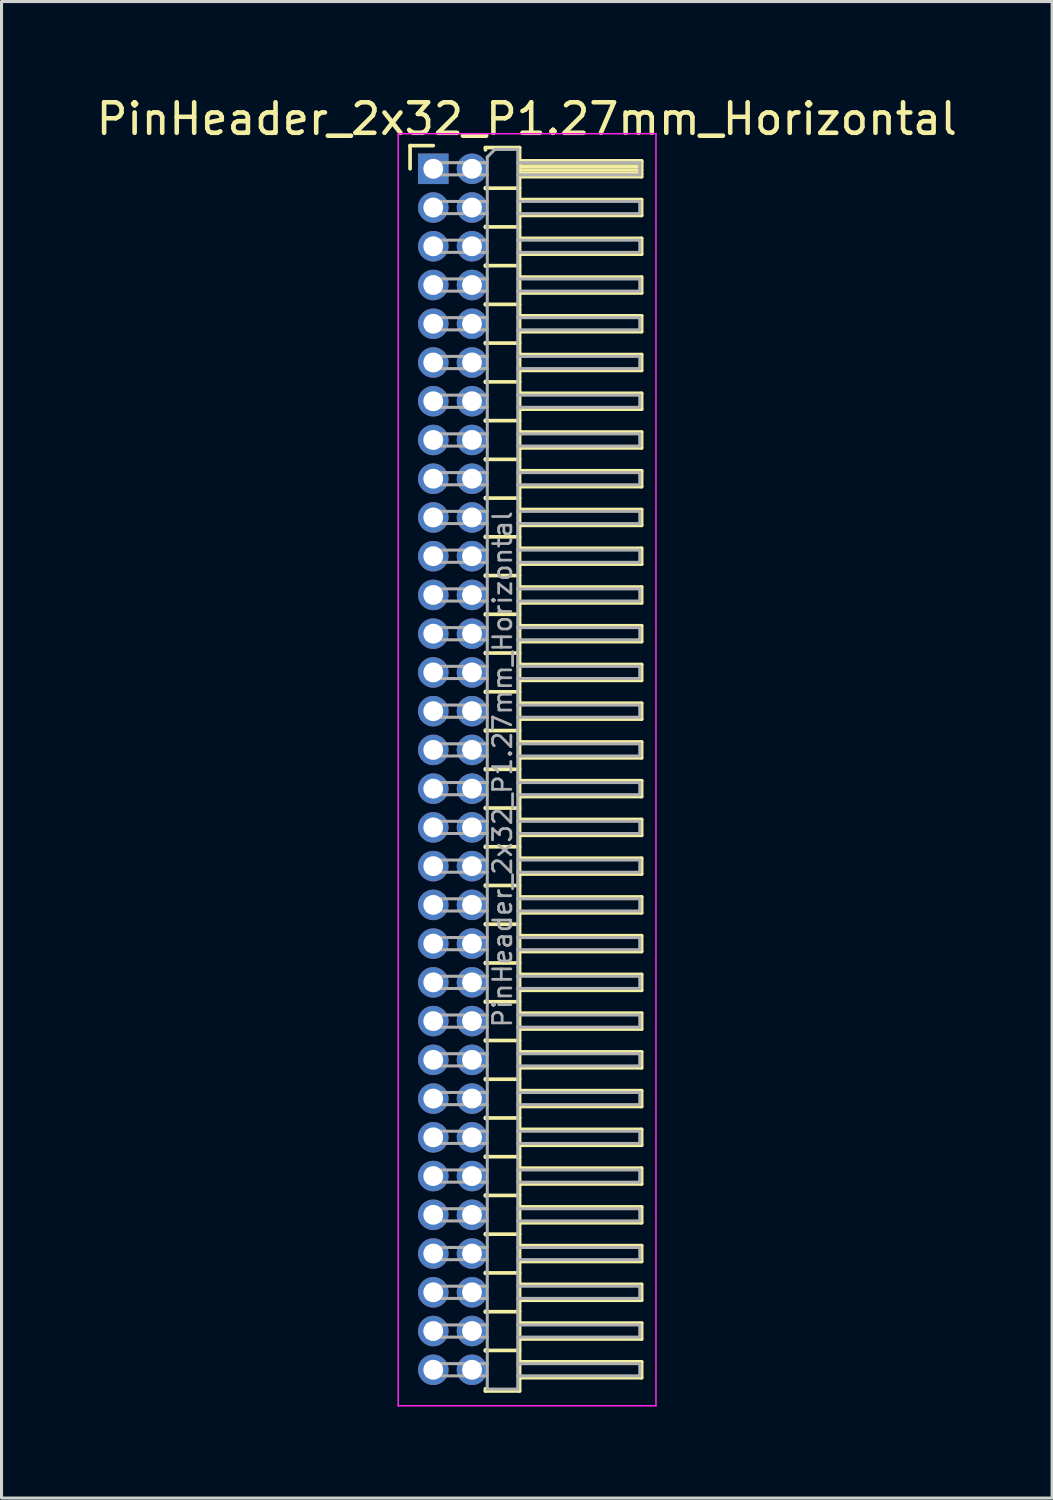
<source format=kicad_pcb>
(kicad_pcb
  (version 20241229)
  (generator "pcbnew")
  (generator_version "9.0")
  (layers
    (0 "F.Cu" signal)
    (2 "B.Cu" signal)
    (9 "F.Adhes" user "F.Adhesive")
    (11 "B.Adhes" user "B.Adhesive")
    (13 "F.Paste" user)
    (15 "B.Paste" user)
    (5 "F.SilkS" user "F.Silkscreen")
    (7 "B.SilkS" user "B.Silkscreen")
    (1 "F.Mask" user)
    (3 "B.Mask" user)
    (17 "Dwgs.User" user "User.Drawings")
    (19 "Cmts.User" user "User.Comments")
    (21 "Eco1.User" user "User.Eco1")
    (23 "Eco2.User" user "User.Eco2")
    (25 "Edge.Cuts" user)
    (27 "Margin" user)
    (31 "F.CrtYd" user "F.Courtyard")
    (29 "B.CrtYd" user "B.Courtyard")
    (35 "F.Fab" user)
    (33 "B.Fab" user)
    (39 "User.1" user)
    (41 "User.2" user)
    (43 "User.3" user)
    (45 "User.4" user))
  (footprint "PinHeader_2x32_P1.27mm_Horizontal"
    (layer "F.Cu")
    (at 11.153 2.483)
    (property "Reference" "PinHeader_2x32_P1.27mm_Horizontal" (at 3.067 -1.635 0) (layer "F.SilkS") (effects (font (size 1 1) (thickness 0.15))))
    (attr through_hole)
    (fp_line (start -0.76 -0.76) (end 0 -0.76) (stroke (width 0.12) (type solid)) (layer "F.SilkS"))
    (fp_line (start -0.76 0) (end -0.76 -0.76) (stroke (width 0.12) (type solid)) (layer "F.SilkS"))
    (fp_line (start 1.71 -0.695) (end 2.83 -0.695) (stroke (width 0.12) (type solid)) (layer "F.SilkS"))
    (fp_line (start 1.71 -0.62) (end 1.71 -0.695) (stroke (width 0.12) (type solid)) (layer "F.SilkS"))
    (fp_line (start 1.71 0.62) (end 1.71 0.65) (stroke (width 0.12) (type solid)) (layer "F.SilkS"))
    (fp_line (start 1.71 0.635) (end 2.83 0.635) (stroke (width 0.12) (type solid)) (layer "F.SilkS"))
    (fp_line (start 1.71 1.89) (end 1.71 1.92) (stroke (width 0.12) (type solid)) (layer "F.SilkS"))
    (fp_line (start 1.71 1.905) (end 2.83 1.905) (stroke (width 0.12) (type solid)) (layer "F.SilkS"))
    (fp_line (start 1.71 3.16) (end 1.71 3.19) (stroke (width 0.12) (type solid)) (layer "F.SilkS"))
    (fp_line (start 1.71 3.175) (end 2.83 3.175) (stroke (width 0.12) (type solid)) (layer "F.SilkS"))
    (fp_line (start 1.71 4.43) (end 1.71 4.46) (stroke (width 0.12) (type solid)) (layer "F.SilkS"))
    (fp_line (start 1.71 4.445) (end 2.83 4.445) (stroke (width 0.12) (type solid)) (layer "F.SilkS"))
    (fp_line (start 1.71 5.7) (end 1.71 5.73) (stroke (width 0.12) (type solid)) (layer "F.SilkS"))
    (fp_line (start 1.71 5.715) (end 2.83 5.715) (stroke (width 0.12) (type solid)) (layer "F.SilkS"))
    (fp_line (start 1.71 6.97) (end 1.71 7) (stroke (width 0.12) (type solid)) (layer "F.SilkS"))
    (fp_line (start 1.71 6.985) (end 2.83 6.985) (stroke (width 0.12) (type solid)) (layer "F.SilkS"))
    (fp_line (start 1.71 8.24) (end 1.71 8.27) (stroke (width 0.12) (type solid)) (layer "F.SilkS"))
    (fp_line (start 1.71 8.255) (end 2.83 8.255) (stroke (width 0.12) (type solid)) (layer "F.SilkS"))
    (fp_line (start 1.71 9.51) (end 1.71 9.54) (stroke (width 0.12) (type solid)) (layer "F.SilkS"))
    (fp_line (start 1.71 9.525) (end 2.83 9.525) (stroke (width 0.12) (type solid)) (layer "F.SilkS"))
    (fp_line (start 1.71 10.78) (end 1.71 10.81) (stroke (width 0.12) (type solid)) (layer "F.SilkS"))
    (fp_line (start 1.71 10.795) (end 2.83 10.795) (stroke (width 0.12) (type solid)) (layer "F.SilkS"))
    (fp_line (start 1.71 12.05) (end 1.71 12.08) (stroke (width 0.12) (type solid)) (layer "F.SilkS"))
    (fp_line (start 1.71 12.065) (end 2.83 12.065) (stroke (width 0.12) (type solid)) (layer "F.SilkS"))
    (fp_line (start 1.71 13.32) (end 1.71 13.35) (stroke (width 0.12) (type solid)) (layer "F.SilkS"))
    (fp_line (start 1.71 13.335) (end 2.83 13.335) (stroke (width 0.12) (type solid)) (layer "F.SilkS"))
    (fp_line (start 1.71 14.59) (end 1.71 14.62) (stroke (width 0.12) (type solid)) (layer "F.SilkS"))
    (fp_line (start 1.71 14.605) (end 2.83 14.605) (stroke (width 0.12) (type solid)) (layer "F.SilkS"))
    (fp_line (start 1.71 15.86) (end 1.71 15.89) (stroke (width 0.12) (type solid)) (layer "F.SilkS"))
    (fp_line (start 1.71 15.875) (end 2.83 15.875) (stroke (width 0.12) (type solid)) (layer "F.SilkS"))
    (fp_line (start 1.71 17.13) (end 1.71 17.16) (stroke (width 0.12) (type solid)) (layer "F.SilkS"))
    (fp_line (start 1.71 17.145) (end 2.83 17.145) (stroke (width 0.12) (type solid)) (layer "F.SilkS"))
    (fp_line (start 1.71 18.4) (end 1.71 18.43) (stroke (width 0.12) (type solid)) (layer "F.SilkS"))
    (fp_line (start 1.71 18.415) (end 2.83 18.415) (stroke (width 0.12) (type solid)) (layer "F.SilkS"))
    (fp_line (start 1.71 19.67) (end 1.71 19.7) (stroke (width 0.12) (type solid)) (layer "F.SilkS"))
    (fp_line (start 1.71 19.685) (end 2.83 19.685) (stroke (width 0.12) (type solid)) (layer "F.SilkS"))
    (fp_line (start 1.71 20.94) (end 1.71 20.97) (stroke (width 0.12) (type solid)) (layer "F.SilkS"))
    (fp_line (start 1.71 20.955) (end 2.83 20.955) (stroke (width 0.12) (type solid)) (layer "F.SilkS"))
    (fp_line (start 1.71 22.21) (end 1.71 22.24) (stroke (width 0.12) (type solid)) (layer "F.SilkS"))
    (fp_line (start 1.71 22.225) (end 2.83 22.225) (stroke (width 0.12) (type solid)) (layer "F.SilkS"))
    (fp_line (start 1.71 23.48) (end 1.71 23.51) (stroke (width 0.12) (type solid)) (layer "F.SilkS"))
    (fp_line (start 1.71 23.495) (end 2.83 23.495) (stroke (width 0.12) (type solid)) (layer "F.SilkS"))
    (fp_line (start 1.71 24.75) (end 1.71 24.78) (stroke (width 0.12) (type solid)) (layer "F.SilkS"))
    (fp_line (start 1.71 24.765) (end 2.83 24.765) (stroke (width 0.12) (type solid)) (layer "F.SilkS"))
    (fp_line (start 1.71 26.02) (end 1.71 26.05) (stroke (width 0.12) (type solid)) (layer "F.SilkS"))
    (fp_line (start 1.71 26.035) (end 2.83 26.035) (stroke (width 0.12) (type solid)) (layer "F.SilkS"))
    (fp_line (start 1.71 27.29) (end 1.71 27.32) (stroke (width 0.12) (type solid)) (layer "F.SilkS"))
    (fp_line (start 1.71 27.305) (end 2.83 27.305) (stroke (width 0.12) (type solid)) (layer "F.SilkS"))
    (fp_line (start 1.71 28.56) (end 1.71 28.59) (stroke (width 0.12) (type solid)) (layer "F.SilkS"))
    (fp_line (start 1.71 28.575) (end 2.83 28.575) (stroke (width 0.12) (type solid)) (layer "F.SilkS"))
    (fp_line (start 1.71 29.83) (end 1.71 29.86) (stroke (width 0.12) (type solid)) (layer "F.SilkS"))
    (fp_line (start 1.71 29.845) (end 2.83 29.845) (stroke (width 0.12) (type solid)) (layer "F.SilkS"))
    (fp_line (start 1.71 31.1) (end 1.71 31.13) (stroke (width 0.12) (type solid)) (layer "F.SilkS"))
    (fp_line (start 1.71 31.115) (end 2.83 31.115) (stroke (width 0.12) (type solid)) (layer "F.SilkS"))
    (fp_line (start 1.71 32.37) (end 1.71 32.4) (stroke (width 0.12) (type solid)) (layer "F.SilkS"))
    (fp_line (start 1.71 32.385) (end 2.83 32.385) (stroke (width 0.12) (type solid)) (layer "F.SilkS"))
    (fp_line (start 1.71 33.64) (end 1.71 33.67) (stroke (width 0.12) (type solid)) (layer "F.SilkS"))
    (fp_line (start 1.71 33.655) (end 2.83 33.655) (stroke (width 0.12) (type solid)) (layer "F.SilkS"))
    (fp_line (start 1.71 34.91) (end 1.71 34.94) (stroke (width 0.12) (type solid)) (layer "F.SilkS"))
    (fp_line (start 1.71 34.925) (end 2.83 34.925) (stroke (width 0.12) (type solid)) (layer "F.SilkS"))
    (fp_line (start 1.71 36.18) (end 1.71 36.21) (stroke (width 0.12) (type solid)) (layer "F.SilkS"))
    (fp_line (start 1.71 36.195) (end 2.83 36.195) (stroke (width 0.12) (type solid)) (layer "F.SilkS"))
    (fp_line (start 1.71 37.45) (end 1.71 37.48) (stroke (width 0.12) (type solid)) (layer "F.SilkS"))
    (fp_line (start 1.71 37.465) (end 2.83 37.465) (stroke (width 0.12) (type solid)) (layer "F.SilkS"))
    (fp_line (start 1.71 38.72) (end 1.71 38.75) (stroke (width 0.12) (type solid)) (layer "F.SilkS"))
    (fp_line (start 1.71 38.735) (end 2.83 38.735) (stroke (width 0.12) (type solid)) (layer "F.SilkS"))
    (fp_line (start 1.71 40.065) (end 1.71 39.99) (stroke (width 0.12) (type solid)) (layer "F.SilkS"))
    (fp_line (start 2.83 -0.695) (end 2.83 40.065) (stroke (width 0.12) (type solid)) (layer "F.SilkS"))
    (fp_line (start 2.83 -0.26) (end 6.83 -0.26) (stroke (width 0.12) (type solid)) (layer "F.SilkS"))
    (fp_line (start 2.83 -0.2) (end 6.83 -0.2) (stroke (width 0.12) (type solid)) (layer "F.SilkS"))
    (fp_line (start 2.83 -0.08) (end 6.83 -0.08) (stroke (width 0.12) (type solid)) (layer "F.SilkS"))
    (fp_line (start 2.83 0.04) (end 6.83 0.04) (stroke (width 0.12) (type solid)) (layer "F.SilkS"))
    (fp_line (start 2.83 0.16) (end 6.83 0.16) (stroke (width 0.12) (type solid)) (layer "F.SilkS"))
    (fp_line (start 2.83 1.01) (end 6.83 1.01) (stroke (width 0.12) (type solid)) (layer "F.SilkS"))
    (fp_line (start 2.83 2.28) (end 6.83 2.28) (stroke (width 0.12) (type solid)) (layer "F.SilkS"))
    (fp_line (start 2.83 3.55) (end 6.83 3.55) (stroke (width 0.12) (type solid)) (layer "F.SilkS"))
    (fp_line (start 2.83 4.82) (end 6.83 4.82) (stroke (width 0.12) (type solid)) (layer "F.SilkS"))
    (fp_line (start 2.83 6.09) (end 6.83 6.09) (stroke (width 0.12) (type solid)) (layer "F.SilkS"))
    (fp_line (start 2.83 7.36) (end 6.83 7.36) (stroke (width 0.12) (type solid)) (layer "F.SilkS"))
    (fp_line (start 2.83 8.63) (end 6.83 8.63) (stroke (width 0.12) (type solid)) (layer "F.SilkS"))
    (fp_line (start 2.83 9.9) (end 6.83 9.9) (stroke (width 0.12) (type solid)) (layer "F.SilkS"))
    (fp_line (start 2.83 11.17) (end 6.83 11.17) (stroke (width 0.12) (type solid)) (layer "F.SilkS"))
    (fp_line (start 2.83 12.44) (end 6.83 12.44) (stroke (width 0.12) (type solid)) (layer "F.SilkS"))
    (fp_line (start 2.83 13.71) (end 6.83 13.71) (stroke (width 0.12) (type solid)) (layer "F.SilkS"))
    (fp_line (start 2.83 14.98) (end 6.83 14.98) (stroke (width 0.12) (type solid)) (layer "F.SilkS"))
    (fp_line (start 2.83 16.25) (end 6.83 16.25) (stroke (width 0.12) (type solid)) (layer "F.SilkS"))
    (fp_line (start 2.83 17.52) (end 6.83 17.52) (stroke (width 0.12) (type solid)) (layer "F.SilkS"))
    (fp_line (start 2.83 18.79) (end 6.83 18.79) (stroke (width 0.12) (type solid)) (layer "F.SilkS"))
    (fp_line (start 2.83 20.06) (end 6.83 20.06) (stroke (width 0.12) (type solid)) (layer "F.SilkS"))
    (fp_line (start 2.83 21.33) (end 6.83 21.33) (stroke (width 0.12) (type solid)) (layer "F.SilkS"))
    (fp_line (start 2.83 22.6) (end 6.83 22.6) (stroke (width 0.12) (type solid)) (layer "F.SilkS"))
    (fp_line (start 2.83 23.87) (end 6.83 23.87) (stroke (width 0.12) (type solid)) (layer "F.SilkS"))
    (fp_line (start 2.83 25.14) (end 6.83 25.14) (stroke (width 0.12) (type solid)) (layer "F.SilkS"))
    (fp_line (start 2.83 26.41) (end 6.83 26.41) (stroke (width 0.12) (type solid)) (layer "F.SilkS"))
    (fp_line (start 2.83 27.68) (end 6.83 27.68) (stroke (width 0.12) (type solid)) (layer "F.SilkS"))
    (fp_line (start 2.83 28.95) (end 6.83 28.95) (stroke (width 0.12) (type solid)) (layer "F.SilkS"))
    (fp_line (start 2.83 30.22) (end 6.83 30.22) (stroke (width 0.12) (type solid)) (layer "F.SilkS"))
    (fp_line (start 2.83 31.49) (end 6.83 31.49) (stroke (width 0.12) (type solid)) (layer "F.SilkS"))
    (fp_line (start 2.83 32.76) (end 6.83 32.76) (stroke (width 0.12) (type solid)) (layer "F.SilkS"))
    (fp_line (start 2.83 34.03) (end 6.83 34.03) (stroke (width 0.12) (type solid)) (layer "F.SilkS"))
    (fp_line (start 2.83 35.3) (end 6.83 35.3) (stroke (width 0.12) (type solid)) (layer "F.SilkS"))
    (fp_line (start 2.83 36.57) (end 6.83 36.57) (stroke (width 0.12) (type solid)) (layer "F.SilkS"))
    (fp_line (start 2.83 37.84) (end 6.83 37.84) (stroke (width 0.12) (type solid)) (layer "F.SilkS"))
    (fp_line (start 2.83 39.11) (end 6.83 39.11) (stroke (width 0.12) (type solid)) (layer "F.SilkS"))
    (fp_line (start 2.83 40.065) (end 1.71 40.065) (stroke (width 0.12) (type solid)) (layer "F.SilkS"))
    (fp_line (start 6.83 -0.26) (end 6.83 0.26) (stroke (width 0.12) (type solid)) (layer "F.SilkS"))
    (fp_line (start 6.83 0.26) (end 2.83 0.26) (stroke (width 0.12) (type solid)) (layer "F.SilkS"))
    (fp_line (start 6.83 1.01) (end 6.83 1.53) (stroke (width 0.12) (type solid)) (layer "F.SilkS"))
    (fp_line (start 6.83 1.53) (end 2.83 1.53) (stroke (width 0.12) (type solid)) (layer "F.SilkS"))
    (fp_line (start 6.83 2.28) (end 6.83 2.8) (stroke (width 0.12) (type solid)) (layer "F.SilkS"))
    (fp_line (start 6.83 2.8) (end 2.83 2.8) (stroke (width 0.12) (type solid)) (layer "F.SilkS"))
    (fp_line (start 6.83 3.55) (end 6.83 4.07) (stroke (width 0.12) (type solid)) (layer "F.SilkS"))
    (fp_line (start 6.83 4.07) (end 2.83 4.07) (stroke (width 0.12) (type solid)) (layer "F.SilkS"))
    (fp_line (start 6.83 4.82) (end 6.83 5.34) (stroke (width 0.12) (type solid)) (layer "F.SilkS"))
    (fp_line (start 6.83 5.34) (end 2.83 5.34) (stroke (width 0.12) (type solid)) (layer "F.SilkS"))
    (fp_line (start 6.83 6.09) (end 6.83 6.61) (stroke (width 0.12) (type solid)) (layer "F.SilkS"))
    (fp_line (start 6.83 6.61) (end 2.83 6.61) (stroke (width 0.12) (type solid)) (layer "F.SilkS"))
    (fp_line (start 6.83 7.36) (end 6.83 7.88) (stroke (width 0.12) (type solid)) (layer "F.SilkS"))
    (fp_line (start 6.83 7.88) (end 2.83 7.88) (stroke (width 0.12) (type solid)) (layer "F.SilkS"))
    (fp_line (start 6.83 8.63) (end 6.83 9.15) (stroke (width 0.12) (type solid)) (layer "F.SilkS"))
    (fp_line (start 6.83 9.15) (end 2.83 9.15) (stroke (width 0.12) (type solid)) (layer "F.SilkS"))
    (fp_line (start 6.83 9.9) (end 6.83 10.42) (stroke (width 0.12) (type solid)) (layer "F.SilkS"))
    (fp_line (start 6.83 10.42) (end 2.83 10.42) (stroke (width 0.12) (type solid)) (layer "F.SilkS"))
    (fp_line (start 6.83 11.17) (end 6.83 11.69) (stroke (width 0.12) (type solid)) (layer "F.SilkS"))
    (fp_line (start 6.83 11.69) (end 2.83 11.69) (stroke (width 0.12) (type solid)) (layer "F.SilkS"))
    (fp_line (start 6.83 12.44) (end 6.83 12.96) (stroke (width 0.12) (type solid)) (layer "F.SilkS"))
    (fp_line (start 6.83 12.96) (end 2.83 12.96) (stroke (width 0.12) (type solid)) (layer "F.SilkS"))
    (fp_line (start 6.83 13.71) (end 6.83 14.23) (stroke (width 0.12) (type solid)) (layer "F.SilkS"))
    (fp_line (start 6.83 14.23) (end 2.83 14.23) (stroke (width 0.12) (type solid)) (layer "F.SilkS"))
    (fp_line (start 6.83 14.98) (end 6.83 15.5) (stroke (width 0.12) (type solid)) (layer "F.SilkS"))
    (fp_line (start 6.83 15.5) (end 2.83 15.5) (stroke (width 0.12) (type solid)) (layer "F.SilkS"))
    (fp_line (start 6.83 16.25) (end 6.83 16.77) (stroke (width 0.12) (type solid)) (layer "F.SilkS"))
    (fp_line (start 6.83 16.77) (end 2.83 16.77) (stroke (width 0.12) (type solid)) (layer "F.SilkS"))
    (fp_line (start 6.83 17.52) (end 6.83 18.04) (stroke (width 0.12) (type solid)) (layer "F.SilkS"))
    (fp_line (start 6.83 18.04) (end 2.83 18.04) (stroke (width 0.12) (type solid)) (layer "F.SilkS"))
    (fp_line (start 6.83 18.79) (end 6.83 19.31) (stroke (width 0.12) (type solid)) (layer "F.SilkS"))
    (fp_line (start 6.83 19.31) (end 2.83 19.31) (stroke (width 0.12) (type solid)) (layer "F.SilkS"))
    (fp_line (start 6.83 20.06) (end 6.83 20.58) (stroke (width 0.12) (type solid)) (layer "F.SilkS"))
    (fp_line (start 6.83 20.58) (end 2.83 20.58) (stroke (width 0.12) (type solid)) (layer "F.SilkS"))
    (fp_line (start 6.83 21.33) (end 6.83 21.85) (stroke (width 0.12) (type solid)) (layer "F.SilkS"))
    (fp_line (start 6.83 21.85) (end 2.83 21.85) (stroke (width 0.12) (type solid)) (layer "F.SilkS"))
    (fp_line (start 6.83 22.6) (end 6.83 23.12) (stroke (width 0.12) (type solid)) (layer "F.SilkS"))
    (fp_line (start 6.83 23.12) (end 2.83 23.12) (stroke (width 0.12) (type solid)) (layer "F.SilkS"))
    (fp_line (start 6.83 23.87) (end 6.83 24.39) (stroke (width 0.12) (type solid)) (layer "F.SilkS"))
    (fp_line (start 6.83 24.39) (end 2.83 24.39) (stroke (width 0.12) (type solid)) (layer "F.SilkS"))
    (fp_line (start 6.83 25.14) (end 6.83 25.66) (stroke (width 0.12) (type solid)) (layer "F.SilkS"))
    (fp_line (start 6.83 25.66) (end 2.83 25.66) (stroke (width 0.12) (type solid)) (layer "F.SilkS"))
    (fp_line (start 6.83 26.41) (end 6.83 26.93) (stroke (width 0.12) (type solid)) (layer "F.SilkS"))
    (fp_line (start 6.83 26.93) (end 2.83 26.93) (stroke (width 0.12) (type solid)) (layer "F.SilkS"))
    (fp_line (start 6.83 27.68) (end 6.83 28.2) (stroke (width 0.12) (type solid)) (layer "F.SilkS"))
    (fp_line (start 6.83 28.2) (end 2.83 28.2) (stroke (width 0.12) (type solid)) (layer "F.SilkS"))
    (fp_line (start 6.83 28.95) (end 6.83 29.47) (stroke (width 0.12) (type solid)) (layer "F.SilkS"))
    (fp_line (start 6.83 29.47) (end 2.83 29.47) (stroke (width 0.12) (type solid)) (layer "F.SilkS"))
    (fp_line (start 6.83 30.22) (end 6.83 30.74) (stroke (width 0.12) (type solid)) (layer "F.SilkS"))
    (fp_line (start 6.83 30.74) (end 2.83 30.74) (stroke (width 0.12) (type solid)) (layer "F.SilkS"))
    (fp_line (start 6.83 31.49) (end 6.83 32.01) (stroke (width 0.12) (type solid)) (layer "F.SilkS"))
    (fp_line (start 6.83 32.01) (end 2.83 32.01) (stroke (width 0.12) (type solid)) (layer "F.SilkS"))
    (fp_line (start 6.83 32.76) (end 6.83 33.28) (stroke (width 0.12) (type solid)) (layer "F.SilkS"))
    (fp_line (start 6.83 33.28) (end 2.83 33.28) (stroke (width 0.12) (type solid)) (layer "F.SilkS"))
    (fp_line (start 6.83 34.03) (end 6.83 34.55) (stroke (width 0.12) (type solid)) (layer "F.SilkS"))
    (fp_line (start 6.83 34.55) (end 2.83 34.55) (stroke (width 0.12) (type solid)) (layer "F.SilkS"))
    (fp_line (start 6.83 35.3) (end 6.83 35.82) (stroke (width 0.12) (type solid)) (layer "F.SilkS"))
    (fp_line (start 6.83 35.82) (end 2.83 35.82) (stroke (width 0.12) (type solid)) (layer "F.SilkS"))
    (fp_line (start 6.83 36.57) (end 6.83 37.09) (stroke (width 0.12) (type solid)) (layer "F.SilkS"))
    (fp_line (start 6.83 37.09) (end 2.83 37.09) (stroke (width 0.12) (type solid)) (layer "F.SilkS"))
    (fp_line (start 6.83 37.84) (end 6.83 38.36) (stroke (width 0.12) (type solid)) (layer "F.SilkS"))
    (fp_line (start 6.83 38.36) (end 2.83 38.36) (stroke (width 0.12) (type solid)) (layer "F.SilkS"))
    (fp_line (start 6.83 39.11) (end 6.83 39.63) (stroke (width 0.12) (type solid)) (layer "F.SilkS"))
    (fp_line (start 6.83 39.63) (end 2.83 39.63) (stroke (width 0.12) (type solid)) (layer "F.SilkS"))
    (fp_line (start -1.15 -1.15) (end -1.15 40.55) (stroke (width 0.05) (type solid)) (layer "F.CrtYd"))
    (fp_line (start -1.15 40.55) (end 7.3 40.55) (stroke (width 0.05) (type solid)) (layer "F.CrtYd"))
    (fp_line (start 7.3 -1.15) (end -1.15 -1.15) (stroke (width 0.05) (type solid)) (layer "F.CrtYd"))
    (fp_line (start 7.3 40.55) (end 7.3 -1.15) (stroke (width 0.05) (type solid)) (layer "F.CrtYd"))
    (fp_line (start -0.2 -0.2) (end -0.2 0.2) (stroke (width 0.1) (type solid)) (layer "F.Fab"))
    (fp_line (start -0.2 -0.2) (end 1.77 -0.2) (stroke (width 0.1) (type solid)) (layer "F.Fab"))
    (fp_line (start -0.2 0.2) (end 1.77 0.2) (stroke (width 0.1) (type solid)) (layer "F.Fab"))
    (fp_line (start -0.2 1.07) (end -0.2 1.47) (stroke (width 0.1) (type solid)) (layer "F.Fab"))
    (fp_line (start -0.2 1.07) (end 1.77 1.07) (stroke (width 0.1) (type solid)) (layer "F.Fab"))
    (fp_line (start -0.2 1.47) (end 1.77 1.47) (stroke (width 0.1) (type solid)) (layer "F.Fab"))
    (fp_line (start -0.2 2.34) (end -0.2 2.74) (stroke (width 0.1) (type solid)) (layer "F.Fab"))
    (fp_line (start -0.2 2.34) (end 1.77 2.34) (stroke (width 0.1) (type solid)) (layer "F.Fab"))
    (fp_line (start -0.2 2.74) (end 1.77 2.74) (stroke (width 0.1) (type solid)) (layer "F.Fab"))
    (fp_line (start -0.2 3.61) (end -0.2 4.01) (stroke (width 0.1) (type solid)) (layer "F.Fab"))
    (fp_line (start -0.2 3.61) (end 1.77 3.61) (stroke (width 0.1) (type solid)) (layer "F.Fab"))
    (fp_line (start -0.2 4.01) (end 1.77 4.01) (stroke (width 0.1) (type solid)) (layer "F.Fab"))
    (fp_line (start -0.2 4.88) (end -0.2 5.28) (stroke (width 0.1) (type solid)) (layer "F.Fab"))
    (fp_line (start -0.2 4.88) (end 1.77 4.88) (stroke (width 0.1) (type solid)) (layer "F.Fab"))
    (fp_line (start -0.2 5.28) (end 1.77 5.28) (stroke (width 0.1) (type solid)) (layer "F.Fab"))
    (fp_line (start -0.2 6.15) (end -0.2 6.55) (stroke (width 0.1) (type solid)) (layer "F.Fab"))
    (fp_line (start -0.2 6.15) (end 1.77 6.15) (stroke (width 0.1) (type solid)) (layer "F.Fab"))
    (fp_line (start -0.2 6.55) (end 1.77 6.55) (stroke (width 0.1) (type solid)) (layer "F.Fab"))
    (fp_line (start -0.2 7.42) (end -0.2 7.82) (stroke (width 0.1) (type solid)) (layer "F.Fab"))
    (fp_line (start -0.2 7.42) (end 1.77 7.42) (stroke (width 0.1) (type solid)) (layer "F.Fab"))
    (fp_line (start -0.2 7.82) (end 1.77 7.82) (stroke (width 0.1) (type solid)) (layer "F.Fab"))
    (fp_line (start -0.2 8.69) (end -0.2 9.09) (stroke (width 0.1) (type solid)) (layer "F.Fab"))
    (fp_line (start -0.2 8.69) (end 1.77 8.69) (stroke (width 0.1) (type solid)) (layer "F.Fab"))
    (fp_line (start -0.2 9.09) (end 1.77 9.09) (stroke (width 0.1) (type solid)) (layer "F.Fab"))
    (fp_line (start -0.2 9.96) (end -0.2 10.36) (stroke (width 0.1) (type solid)) (layer "F.Fab"))
    (fp_line (start -0.2 9.96) (end 1.77 9.96) (stroke (width 0.1) (type solid)) (layer "F.Fab"))
    (fp_line (start -0.2 10.36) (end 1.77 10.36) (stroke (width 0.1) (type solid)) (layer "F.Fab"))
    (fp_line (start -0.2 11.23) (end -0.2 11.63) (stroke (width 0.1) (type solid)) (layer "F.Fab"))
    (fp_line (start -0.2 11.23) (end 1.77 11.23) (stroke (width 0.1) (type solid)) (layer "F.Fab"))
    (fp_line (start -0.2 11.63) (end 1.77 11.63) (stroke (width 0.1) (type solid)) (layer "F.Fab"))
    (fp_line (start -0.2 12.5) (end -0.2 12.9) (stroke (width 0.1) (type solid)) (layer "F.Fab"))
    (fp_line (start -0.2 12.5) (end 1.77 12.5) (stroke (width 0.1) (type solid)) (layer "F.Fab"))
    (fp_line (start -0.2 12.9) (end 1.77 12.9) (stroke (width 0.1) (type solid)) (layer "F.Fab"))
    (fp_line (start -0.2 13.77) (end -0.2 14.17) (stroke (width 0.1) (type solid)) (layer "F.Fab"))
    (fp_line (start -0.2 13.77) (end 1.77 13.77) (stroke (width 0.1) (type solid)) (layer "F.Fab"))
    (fp_line (start -0.2 14.17) (end 1.77 14.17) (stroke (width 0.1) (type solid)) (layer "F.Fab"))
    (fp_line (start -0.2 15.04) (end -0.2 15.44) (stroke (width 0.1) (type solid)) (layer "F.Fab"))
    (fp_line (start -0.2 15.04) (end 1.77 15.04) (stroke (width 0.1) (type solid)) (layer "F.Fab"))
    (fp_line (start -0.2 15.44) (end 1.77 15.44) (stroke (width 0.1) (type solid)) (layer "F.Fab"))
    (fp_line (start -0.2 16.31) (end -0.2 16.71) (stroke (width 0.1) (type solid)) (layer "F.Fab"))
    (fp_line (start -0.2 16.31) (end 1.77 16.31) (stroke (width 0.1) (type solid)) (layer "F.Fab"))
    (fp_line (start -0.2 16.71) (end 1.77 16.71) (stroke (width 0.1) (type solid)) (layer "F.Fab"))
    (fp_line (start -0.2 17.58) (end -0.2 17.98) (stroke (width 0.1) (type solid)) (layer "F.Fab"))
    (fp_line (start -0.2 17.58) (end 1.77 17.58) (stroke (width 0.1) (type solid)) (layer "F.Fab"))
    (fp_line (start -0.2 17.98) (end 1.77 17.98) (stroke (width 0.1) (type solid)) (layer "F.Fab"))
    (fp_line (start -0.2 18.85) (end -0.2 19.25) (stroke (width 0.1) (type solid)) (layer "F.Fab"))
    (fp_line (start -0.2 18.85) (end 1.77 18.85) (stroke (width 0.1) (type solid)) (layer "F.Fab"))
    (fp_line (start -0.2 19.25) (end 1.77 19.25) (stroke (width 0.1) (type solid)) (layer "F.Fab"))
    (fp_line (start -0.2 20.12) (end -0.2 20.52) (stroke (width 0.1) (type solid)) (layer "F.Fab"))
    (fp_line (start -0.2 20.12) (end 1.77 20.12) (stroke (width 0.1) (type solid)) (layer "F.Fab"))
    (fp_line (start -0.2 20.52) (end 1.77 20.52) (stroke (width 0.1) (type solid)) (layer "F.Fab"))
    (fp_line (start -0.2 21.39) (end -0.2 21.79) (stroke (width 0.1) (type solid)) (layer "F.Fab"))
    (fp_line (start -0.2 21.39) (end 1.77 21.39) (stroke (width 0.1) (type solid)) (layer "F.Fab"))
    (fp_line (start -0.2 21.79) (end 1.77 21.79) (stroke (width 0.1) (type solid)) (layer "F.Fab"))
    (fp_line (start -0.2 22.66) (end -0.2 23.06) (stroke (width 0.1) (type solid)) (layer "F.Fab"))
    (fp_line (start -0.2 22.66) (end 1.77 22.66) (stroke (width 0.1) (type solid)) (layer "F.Fab"))
    (fp_line (start -0.2 23.06) (end 1.77 23.06) (stroke (width 0.1) (type solid)) (layer "F.Fab"))
    (fp_line (start -0.2 23.93) (end -0.2 24.33) (stroke (width 0.1) (type solid)) (layer "F.Fab"))
    (fp_line (start -0.2 23.93) (end 1.77 23.93) (stroke (width 0.1) (type solid)) (layer "F.Fab"))
    (fp_line (start -0.2 24.33) (end 1.77 24.33) (stroke (width 0.1) (type solid)) (layer "F.Fab"))
    (fp_line (start -0.2 25.2) (end -0.2 25.6) (stroke (width 0.1) (type solid)) (layer "F.Fab"))
    (fp_line (start -0.2 25.2) (end 1.77 25.2) (stroke (width 0.1) (type solid)) (layer "F.Fab"))
    (fp_line (start -0.2 25.6) (end 1.77 25.6) (stroke (width 0.1) (type solid)) (layer "F.Fab"))
    (fp_line (start -0.2 26.47) (end -0.2 26.87) (stroke (width 0.1) (type solid)) (layer "F.Fab"))
    (fp_line (start -0.2 26.47) (end 1.77 26.47) (stroke (width 0.1) (type solid)) (layer "F.Fab"))
    (fp_line (start -0.2 26.87) (end 1.77 26.87) (stroke (width 0.1) (type solid)) (layer "F.Fab"))
    (fp_line (start -0.2 27.74) (end -0.2 28.14) (stroke (width 0.1) (type solid)) (layer "F.Fab"))
    (fp_line (start -0.2 27.74) (end 1.77 27.74) (stroke (width 0.1) (type solid)) (layer "F.Fab"))
    (fp_line (start -0.2 28.14) (end 1.77 28.14) (stroke (width 0.1) (type solid)) (layer "F.Fab"))
    (fp_line (start -0.2 29.01) (end -0.2 29.41) (stroke (width 0.1) (type solid)) (layer "F.Fab"))
    (fp_line (start -0.2 29.01) (end 1.77 29.01) (stroke (width 0.1) (type solid)) (layer "F.Fab"))
    (fp_line (start -0.2 29.41) (end 1.77 29.41) (stroke (width 0.1) (type solid)) (layer "F.Fab"))
    (fp_line (start -0.2 30.28) (end -0.2 30.68) (stroke (width 0.1) (type solid)) (layer "F.Fab"))
    (fp_line (start -0.2 30.28) (end 1.77 30.28) (stroke (width 0.1) (type solid)) (layer "F.Fab"))
    (fp_line (start -0.2 30.68) (end 1.77 30.68) (stroke (width 0.1) (type solid)) (layer "F.Fab"))
    (fp_line (start -0.2 31.55) (end -0.2 31.95) (stroke (width 0.1) (type solid)) (layer "F.Fab"))
    (fp_line (start -0.2 31.55) (end 1.77 31.55) (stroke (width 0.1) (type solid)) (layer "F.Fab"))
    (fp_line (start -0.2 31.95) (end 1.77 31.95) (stroke (width 0.1) (type solid)) (layer "F.Fab"))
    (fp_line (start -0.2 32.82) (end -0.2 33.22) (stroke (width 0.1) (type solid)) (layer "F.Fab"))
    (fp_line (start -0.2 32.82) (end 1.77 32.82) (stroke (width 0.1) (type solid)) (layer "F.Fab"))
    (fp_line (start -0.2 33.22) (end 1.77 33.22) (stroke (width 0.1) (type solid)) (layer "F.Fab"))
    (fp_line (start -0.2 34.09) (end -0.2 34.49) (stroke (width 0.1) (type solid)) (layer "F.Fab"))
    (fp_line (start -0.2 34.09) (end 1.77 34.09) (stroke (width 0.1) (type solid)) (layer "F.Fab"))
    (fp_line (start -0.2 34.49) (end 1.77 34.49) (stroke (width 0.1) (type solid)) (layer "F.Fab"))
    (fp_line (start -0.2 35.36) (end -0.2 35.76) (stroke (width 0.1) (type solid)) (layer "F.Fab"))
    (fp_line (start -0.2 35.36) (end 1.77 35.36) (stroke (width 0.1) (type solid)) (layer "F.Fab"))
    (fp_line (start -0.2 35.76) (end 1.77 35.76) (stroke (width 0.1) (type solid)) (layer "F.Fab"))
    (fp_line (start -0.2 36.63) (end -0.2 37.03) (stroke (width 0.1) (type solid)) (layer "F.Fab"))
    (fp_line (start -0.2 36.63) (end 1.77 36.63) (stroke (width 0.1) (type solid)) (layer "F.Fab"))
    (fp_line (start -0.2 37.03) (end 1.77 37.03) (stroke (width 0.1) (type solid)) (layer "F.Fab"))
    (fp_line (start -0.2 37.9) (end -0.2 38.3) (stroke (width 0.1) (type solid)) (layer "F.Fab"))
    (fp_line (start -0.2 37.9) (end 1.77 37.9) (stroke (width 0.1) (type solid)) (layer "F.Fab"))
    (fp_line (start -0.2 38.3) (end 1.77 38.3) (stroke (width 0.1) (type solid)) (layer "F.Fab"))
    (fp_line (start -0.2 39.17) (end -0.2 39.57) (stroke (width 0.1) (type solid)) (layer "F.Fab"))
    (fp_line (start -0.2 39.17) (end 1.77 39.17) (stroke (width 0.1) (type solid)) (layer "F.Fab"))
    (fp_line (start -0.2 39.57) (end 1.77 39.57) (stroke (width 0.1) (type solid)) (layer "F.Fab"))
    (fp_line (start 1.77 -0.385) (end 2.02 -0.635) (stroke (width 0.1) (type solid)) (layer "F.Fab"))
    (fp_line (start 1.77 40.005) (end 1.77 -0.385) (stroke (width 0.1) (type solid)) (layer "F.Fab"))
    (fp_line (start 2.02 -0.635) (end 2.77 -0.635) (stroke (width 0.1) (type solid)) (layer "F.Fab"))
    (fp_line (start 2.77 -0.635) (end 2.77 40.005) (stroke (width 0.1) (type solid)) (layer "F.Fab"))
    (fp_line (start 2.77 -0.2) (end 6.77 -0.2) (stroke (width 0.1) (type solid)) (layer "F.Fab"))
    (fp_line (start 2.77 0.2) (end 6.77 0.2) (stroke (width 0.1) (type solid)) (layer "F.Fab"))
    (fp_line (start 2.77 1.07) (end 6.77 1.07) (stroke (width 0.1) (type solid)) (layer "F.Fab"))
    (fp_line (start 2.77 1.47) (end 6.77 1.47) (stroke (width 0.1) (type solid)) (layer "F.Fab"))
    (fp_line (start 2.77 2.34) (end 6.77 2.34) (stroke (width 0.1) (type solid)) (layer "F.Fab"))
    (fp_line (start 2.77 2.74) (end 6.77 2.74) (stroke (width 0.1) (type solid)) (layer "F.Fab"))
    (fp_line (start 2.77 3.61) (end 6.77 3.61) (stroke (width 0.1) (type solid)) (layer "F.Fab"))
    (fp_line (start 2.77 4.01) (end 6.77 4.01) (stroke (width 0.1) (type solid)) (layer "F.Fab"))
    (fp_line (start 2.77 4.88) (end 6.77 4.88) (stroke (width 0.1) (type solid)) (layer "F.Fab"))
    (fp_line (start 2.77 5.28) (end 6.77 5.28) (stroke (width 0.1) (type solid)) (layer "F.Fab"))
    (fp_line (start 2.77 6.15) (end 6.77 6.15) (stroke (width 0.1) (type solid)) (layer "F.Fab"))
    (fp_line (start 2.77 6.55) (end 6.77 6.55) (stroke (width 0.1) (type solid)) (layer "F.Fab"))
    (fp_line (start 2.77 7.42) (end 6.77 7.42) (stroke (width 0.1) (type solid)) (layer "F.Fab"))
    (fp_line (start 2.77 7.82) (end 6.77 7.82) (stroke (width 0.1) (type solid)) (layer "F.Fab"))
    (fp_line (start 2.77 8.69) (end 6.77 8.69) (stroke (width 0.1) (type solid)) (layer "F.Fab"))
    (fp_line (start 2.77 9.09) (end 6.77 9.09) (stroke (width 0.1) (type solid)) (layer "F.Fab"))
    (fp_line (start 2.77 9.96) (end 6.77 9.96) (stroke (width 0.1) (type solid)) (layer "F.Fab"))
    (fp_line (start 2.77 10.36) (end 6.77 10.36) (stroke (width 0.1) (type solid)) (layer "F.Fab"))
    (fp_line (start 2.77 11.23) (end 6.77 11.23) (stroke (width 0.1) (type solid)) (layer "F.Fab"))
    (fp_line (start 2.77 11.63) (end 6.77 11.63) (stroke (width 0.1) (type solid)) (layer "F.Fab"))
    (fp_line (start 2.77 12.5) (end 6.77 12.5) (stroke (width 0.1) (type solid)) (layer "F.Fab"))
    (fp_line (start 2.77 12.9) (end 6.77 12.9) (stroke (width 0.1) (type solid)) (layer "F.Fab"))
    (fp_line (start 2.77 13.77) (end 6.77 13.77) (stroke (width 0.1) (type solid)) (layer "F.Fab"))
    (fp_line (start 2.77 14.17) (end 6.77 14.17) (stroke (width 0.1) (type solid)) (layer "F.Fab"))
    (fp_line (start 2.77 15.04) (end 6.77 15.04) (stroke (width 0.1) (type solid)) (layer "F.Fab"))
    (fp_line (start 2.77 15.44) (end 6.77 15.44) (stroke (width 0.1) (type solid)) (layer "F.Fab"))
    (fp_line (start 2.77 16.31) (end 6.77 16.31) (stroke (width 0.1) (type solid)) (layer "F.Fab"))
    (fp_line (start 2.77 16.71) (end 6.77 16.71) (stroke (width 0.1) (type solid)) (layer "F.Fab"))
    (fp_line (start 2.77 17.58) (end 6.77 17.58) (stroke (width 0.1) (type solid)) (layer "F.Fab"))
    (fp_line (start 2.77 17.98) (end 6.77 17.98) (stroke (width 0.1) (type solid)) (layer "F.Fab"))
    (fp_line (start 2.77 18.85) (end 6.77 18.85) (stroke (width 0.1) (type solid)) (layer "F.Fab"))
    (fp_line (start 2.77 19.25) (end 6.77 19.25) (stroke (width 0.1) (type solid)) (layer "F.Fab"))
    (fp_line (start 2.77 20.12) (end 6.77 20.12) (stroke (width 0.1) (type solid)) (layer "F.Fab"))
    (fp_line (start 2.77 20.52) (end 6.77 20.52) (stroke (width 0.1) (type solid)) (layer "F.Fab"))
    (fp_line (start 2.77 21.39) (end 6.77 21.39) (stroke (width 0.1) (type solid)) (layer "F.Fab"))
    (fp_line (start 2.77 21.79) (end 6.77 21.79) (stroke (width 0.1) (type solid)) (layer "F.Fab"))
    (fp_line (start 2.77 22.66) (end 6.77 22.66) (stroke (width 0.1) (type solid)) (layer "F.Fab"))
    (fp_line (start 2.77 23.06) (end 6.77 23.06) (stroke (width 0.1) (type solid)) (layer "F.Fab"))
    (fp_line (start 2.77 23.93) (end 6.77 23.93) (stroke (width 0.1) (type solid)) (layer "F.Fab"))
    (fp_line (start 2.77 24.33) (end 6.77 24.33) (stroke (width 0.1) (type solid)) (layer "F.Fab"))
    (fp_line (start 2.77 25.2) (end 6.77 25.2) (stroke (width 0.1) (type solid)) (layer "F.Fab"))
    (fp_line (start 2.77 25.6) (end 6.77 25.6) (stroke (width 0.1) (type solid)) (layer "F.Fab"))
    (fp_line (start 2.77 26.47) (end 6.77 26.47) (stroke (width 0.1) (type solid)) (layer "F.Fab"))
    (fp_line (start 2.77 26.87) (end 6.77 26.87) (stroke (width 0.1) (type solid)) (layer "F.Fab"))
    (fp_line (start 2.77 27.74) (end 6.77 27.74) (stroke (width 0.1) (type solid)) (layer "F.Fab"))
    (fp_line (start 2.77 28.14) (end 6.77 28.14) (stroke (width 0.1) (type solid)) (layer "F.Fab"))
    (fp_line (start 2.77 29.01) (end 6.77 29.01) (stroke (width 0.1) (type solid)) (layer "F.Fab"))
    (fp_line (start 2.77 29.41) (end 6.77 29.41) (stroke (width 0.1) (type solid)) (layer "F.Fab"))
    (fp_line (start 2.77 30.28) (end 6.77 30.28) (stroke (width 0.1) (type solid)) (layer "F.Fab"))
    (fp_line (start 2.77 30.68) (end 6.77 30.68) (stroke (width 0.1) (type solid)) (layer "F.Fab"))
    (fp_line (start 2.77 31.55) (end 6.77 31.55) (stroke (width 0.1) (type solid)) (layer "F.Fab"))
    (fp_line (start 2.77 31.95) (end 6.77 31.95) (stroke (width 0.1) (type solid)) (layer "F.Fab"))
    (fp_line (start 2.77 32.82) (end 6.77 32.82) (stroke (width 0.1) (type solid)) (layer "F.Fab"))
    (fp_line (start 2.77 33.22) (end 6.77 33.22) (stroke (width 0.1) (type solid)) (layer "F.Fab"))
    (fp_line (start 2.77 34.09) (end 6.77 34.09) (stroke (width 0.1) (type solid)) (layer "F.Fab"))
    (fp_line (start 2.77 34.49) (end 6.77 34.49) (stroke (width 0.1) (type solid)) (layer "F.Fab"))
    (fp_line (start 2.77 35.36) (end 6.77 35.36) (stroke (width 0.1) (type solid)) (layer "F.Fab"))
    (fp_line (start 2.77 35.76) (end 6.77 35.76) (stroke (width 0.1) (type solid)) (layer "F.Fab"))
    (fp_line (start 2.77 36.63) (end 6.77 36.63) (stroke (width 0.1) (type solid)) (layer "F.Fab"))
    (fp_line (start 2.77 37.03) (end 6.77 37.03) (stroke (width 0.1) (type solid)) (layer "F.Fab"))
    (fp_line (start 2.77 37.9) (end 6.77 37.9) (stroke (width 0.1) (type solid)) (layer "F.Fab"))
    (fp_line (start 2.77 38.3) (end 6.77 38.3) (stroke (width 0.1) (type solid)) (layer "F.Fab"))
    (fp_line (start 2.77 39.17) (end 6.77 39.17) (stroke (width 0.1) (type solid)) (layer "F.Fab"))
    (fp_line (start 2.77 39.57) (end 6.77 39.57) (stroke (width 0.1) (type solid)) (layer "F.Fab"))
    (fp_line (start 2.77 40.005) (end 1.77 40.005) (stroke (width 0.1) (type solid)) (layer "F.Fab"))
    (fp_line (start 6.77 -0.2) (end 6.77 0.2) (stroke (width 0.1) (type solid)) (layer "F.Fab"))
    (fp_line (start 6.77 1.07) (end 6.77 1.47) (stroke (width 0.1) (type solid)) (layer "F.Fab"))
    (fp_line (start 6.77 2.34) (end 6.77 2.74) (stroke (width 0.1) (type solid)) (layer "F.Fab"))
    (fp_line (start 6.77 3.61) (end 6.77 4.01) (stroke (width 0.1) (type solid)) (layer "F.Fab"))
    (fp_line (start 6.77 4.88) (end 6.77 5.28) (stroke (width 0.1) (type solid)) (layer "F.Fab"))
    (fp_line (start 6.77 6.15) (end 6.77 6.55) (stroke (width 0.1) (type solid)) (layer "F.Fab"))
    (fp_line (start 6.77 7.42) (end 6.77 7.82) (stroke (width 0.1) (type solid)) (layer "F.Fab"))
    (fp_line (start 6.77 8.69) (end 6.77 9.09) (stroke (width 0.1) (type solid)) (layer "F.Fab"))
    (fp_line (start 6.77 9.96) (end 6.77 10.36) (stroke (width 0.1) (type solid)) (layer "F.Fab"))
    (fp_line (start 6.77 11.23) (end 6.77 11.63) (stroke (width 0.1) (type solid)) (layer "F.Fab"))
    (fp_line (start 6.77 12.5) (end 6.77 12.9) (stroke (width 0.1) (type solid)) (layer "F.Fab"))
    (fp_line (start 6.77 13.77) (end 6.77 14.17) (stroke (width 0.1) (type solid)) (layer "F.Fab"))
    (fp_line (start 6.77 15.04) (end 6.77 15.44) (stroke (width 0.1) (type solid)) (layer "F.Fab"))
    (fp_line (start 6.77 16.31) (end 6.77 16.71) (stroke (width 0.1) (type solid)) (layer "F.Fab"))
    (fp_line (start 6.77 17.58) (end 6.77 17.98) (stroke (width 0.1) (type solid)) (layer "F.Fab"))
    (fp_line (start 6.77 18.85) (end 6.77 19.25) (stroke (width 0.1) (type solid)) (layer "F.Fab"))
    (fp_line (start 6.77 20.12) (end 6.77 20.52) (stroke (width 0.1) (type solid)) (layer "F.Fab"))
    (fp_line (start 6.77 21.39) (end 6.77 21.79) (stroke (width 0.1) (type solid)) (layer "F.Fab"))
    (fp_line (start 6.77 22.66) (end 6.77 23.06) (stroke (width 0.1) (type solid)) (layer "F.Fab"))
    (fp_line (start 6.77 23.93) (end 6.77 24.33) (stroke (width 0.1) (type solid)) (layer "F.Fab"))
    (fp_line (start 6.77 25.2) (end 6.77 25.6) (stroke (width 0.1) (type solid)) (layer "F.Fab"))
    (fp_line (start 6.77 26.47) (end 6.77 26.87) (stroke (width 0.1) (type solid)) (layer "F.Fab"))
    (fp_line (start 6.77 27.74) (end 6.77 28.14) (stroke (width 0.1) (type solid)) (layer "F.Fab"))
    (fp_line (start 6.77 29.01) (end 6.77 29.41) (stroke (width 0.1) (type solid)) (layer "F.Fab"))
    (fp_line (start 6.77 30.28) (end 6.77 30.68) (stroke (width 0.1) (type solid)) (layer "F.Fab"))
    (fp_line (start 6.77 31.55) (end 6.77 31.95) (stroke (width 0.1) (type solid)) (layer "F.Fab"))
    (fp_line (start 6.77 32.82) (end 6.77 33.22) (stroke (width 0.1) (type solid)) (layer "F.Fab"))
    (fp_line (start 6.77 34.09) (end 6.77 34.49) (stroke (width 0.1) (type solid)) (layer "F.Fab"))
    (fp_line (start 6.77 35.36) (end 6.77 35.76) (stroke (width 0.1) (type solid)) (layer "F.Fab"))
    (fp_line (start 6.77 36.63) (end 6.77 37.03) (stroke (width 0.1) (type solid)) (layer "F.Fab"))
    (fp_line (start 6.77 37.9) (end 6.77 38.3) (stroke (width 0.1) (type solid)) (layer "F.Fab"))
    (fp_line (start 6.77 39.17) (end 6.77 39.57) (stroke (width 0.1) (type solid)) (layer "F.Fab"))
    (fp_text user "${REFERENCE}" (at 2.27 19.685 90) (layer "F.Fab") (effects (font (size 0.6 0.6) (thickness 0.09))))
    (pad "1" thru_hole rect (at 0 0) (size 1 1) (drill 0.65) (layers "*.Cu" "*.Mask"))
    (pad "2" thru_hole oval (at 1.27 0) (size 1 1) (drill 0.65) (layers "*.Cu" "*.Mask"))
    (pad "3" thru_hole oval (at 0 1.27) (size 1 1) (drill 0.65) (layers "*.Cu" "*.Mask"))
    (pad "4" thru_hole oval (at 1.27 1.27) (size 1 1) (drill 0.65) (layers "*.Cu" "*.Mask"))
    (pad "5" thru_hole oval (at 0 2.54) (size 1 1) (drill 0.65) (layers "*.Cu" "*.Mask"))
    (pad "6" thru_hole oval (at 1.27 2.54) (size 1 1) (drill 0.65) (layers "*.Cu" "*.Mask"))
    (pad "7" thru_hole oval (at 0 3.81) (size 1 1) (drill 0.65) (layers "*.Cu" "*.Mask"))
    (pad "8" thru_hole oval (at 1.27 3.81) (size 1 1) (drill 0.65) (layers "*.Cu" "*.Mask"))
    (pad "9" thru_hole oval (at 0 5.08) (size 1 1) (drill 0.65) (layers "*.Cu" "*.Mask"))
    (pad "10" thru_hole oval (at 1.27 5.08) (size 1 1) (drill 0.65) (layers "*.Cu" "*.Mask"))
    (pad "11" thru_hole oval (at 0 6.35) (size 1 1) (drill 0.65) (layers "*.Cu" "*.Mask"))
    (pad "12" thru_hole oval (at 1.27 6.35) (size 1 1) (drill 0.65) (layers "*.Cu" "*.Mask"))
    (pad "13" thru_hole oval (at 0 7.62) (size 1 1) (drill 0.65) (layers "*.Cu" "*.Mask"))
    (pad "14" thru_hole oval (at 1.27 7.62) (size 1 1) (drill 0.65) (layers "*.Cu" "*.Mask"))
    (pad "15" thru_hole oval (at 0 8.89) (size 1 1) (drill 0.65) (layers "*.Cu" "*.Mask"))
    (pad "16" thru_hole oval (at 1.27 8.89) (size 1 1) (drill 0.65) (layers "*.Cu" "*.Mask"))
    (pad "17" thru_hole oval (at 0 10.16) (size 1 1) (drill 0.65) (layers "*.Cu" "*.Mask"))
    (pad "18" thru_hole oval (at 1.27 10.16) (size 1 1) (drill 0.65) (layers "*.Cu" "*.Mask"))
    (pad "19" thru_hole oval (at 0 11.43) (size 1 1) (drill 0.65) (layers "*.Cu" "*.Mask"))
    (pad "20" thru_hole oval (at 1.27 11.43) (size 1 1) (drill 0.65) (layers "*.Cu" "*.Mask"))
    (pad "21" thru_hole oval (at 0 12.7) (size 1 1) (drill 0.65) (layers "*.Cu" "*.Mask"))
    (pad "22" thru_hole oval (at 1.27 12.7) (size 1 1) (drill 0.65) (layers "*.Cu" "*.Mask"))
    (pad "23" thru_hole oval (at 0 13.97) (size 1 1) (drill 0.65) (layers "*.Cu" "*.Mask"))
    (pad "24" thru_hole oval (at 1.27 13.97) (size 1 1) (drill 0.65) (layers "*.Cu" "*.Mask"))
    (pad "25" thru_hole oval (at 0 15.24) (size 1 1) (drill 0.65) (layers "*.Cu" "*.Mask"))
    (pad "26" thru_hole oval (at 1.27 15.24) (size 1 1) (drill 0.65) (layers "*.Cu" "*.Mask"))
    (pad "27" thru_hole oval (at 0 16.51) (size 1 1) (drill 0.65) (layers "*.Cu" "*.Mask"))
    (pad "28" thru_hole oval (at 1.27 16.51) (size 1 1) (drill 0.65) (layers "*.Cu" "*.Mask"))
    (pad "29" thru_hole oval (at 0 17.78) (size 1 1) (drill 0.65) (layers "*.Cu" "*.Mask"))
    (pad "30" thru_hole oval (at 1.27 17.78) (size 1 1) (drill 0.65) (layers "*.Cu" "*.Mask"))
    (pad "31" thru_hole oval (at 0 19.05) (size 1 1) (drill 0.65) (layers "*.Cu" "*.Mask"))
    (pad "32" thru_hole oval (at 1.27 19.05) (size 1 1) (drill 0.65) (layers "*.Cu" "*.Mask"))
    (pad "33" thru_hole oval (at 0 20.32) (size 1 1) (drill 0.65) (layers "*.Cu" "*.Mask"))
    (pad "34" thru_hole oval (at 1.27 20.32) (size 1 1) (drill 0.65) (layers "*.Cu" "*.Mask"))
    (pad "35" thru_hole oval (at 0 21.59) (size 1 1) (drill 0.65) (layers "*.Cu" "*.Mask"))
    (pad "36" thru_hole oval (at 1.27 21.59) (size 1 1) (drill 0.65) (layers "*.Cu" "*.Mask"))
    (pad "37" thru_hole oval (at 0 22.86) (size 1 1) (drill 0.65) (layers "*.Cu" "*.Mask"))
    (pad "38" thru_hole oval (at 1.27 22.86) (size 1 1) (drill 0.65) (layers "*.Cu" "*.Mask"))
    (pad "39" thru_hole oval (at 0 24.13) (size 1 1) (drill 0.65) (layers "*.Cu" "*.Mask"))
    (pad "40" thru_hole oval (at 1.27 24.13) (size 1 1) (drill 0.65) (layers "*.Cu" "*.Mask"))
    (pad "41" thru_hole oval (at 0 25.4) (size 1 1) (drill 0.65) (layers "*.Cu" "*.Mask"))
    (pad "42" thru_hole oval (at 1.27 25.4) (size 1 1) (drill 0.65) (layers "*.Cu" "*.Mask"))
    (pad "43" thru_hole oval (at 0 26.67) (size 1 1) (drill 0.65) (layers "*.Cu" "*.Mask"))
    (pad "44" thru_hole oval (at 1.27 26.67) (size 1 1) (drill 0.65) (layers "*.Cu" "*.Mask"))
    (pad "45" thru_hole oval (at 0 27.94) (size 1 1) (drill 0.65) (layers "*.Cu" "*.Mask"))
    (pad "46" thru_hole oval (at 1.27 27.94) (size 1 1) (drill 0.65) (layers "*.Cu" "*.Mask"))
    (pad "47" thru_hole oval (at 0 29.21) (size 1 1) (drill 0.65) (layers "*.Cu" "*.Mask"))
    (pad "48" thru_hole oval (at 1.27 29.21) (size 1 1) (drill 0.65) (layers "*.Cu" "*.Mask"))
    (pad "49" thru_hole oval (at 0 30.48) (size 1 1) (drill 0.65) (layers "*.Cu" "*.Mask"))
    (pad "50" thru_hole oval (at 1.27 30.48) (size 1 1) (drill 0.65) (layers "*.Cu" "*.Mask"))
    (pad "51" thru_hole oval (at 0 31.75) (size 1 1) (drill 0.65) (layers "*.Cu" "*.Mask"))
    (pad "52" thru_hole oval (at 1.27 31.75) (size 1 1) (drill 0.65) (layers "*.Cu" "*.Mask"))
    (pad "53" thru_hole oval (at 0 33.02) (size 1 1) (drill 0.65) (layers "*.Cu" "*.Mask"))
    (pad "54" thru_hole oval (at 1.27 33.02) (size 1 1) (drill 0.65) (layers "*.Cu" "*.Mask"))
    (pad "55" thru_hole oval (at 0 34.29) (size 1 1) (drill 0.65) (layers "*.Cu" "*.Mask"))
    (pad "56" thru_hole oval (at 1.27 34.29) (size 1 1) (drill 0.65) (layers "*.Cu" "*.Mask"))
    (pad "57" thru_hole oval (at 0 35.56) (size 1 1) (drill 0.65) (layers "*.Cu" "*.Mask"))
    (pad "58" thru_hole oval (at 1.27 35.56) (size 1 1) (drill 0.65) (layers "*.Cu" "*.Mask"))
    (pad "59" thru_hole oval (at 0 36.83) (size 1 1) (drill 0.65) (layers "*.Cu" "*.Mask"))
    (pad "60" thru_hole oval (at 1.27 36.83) (size 1 1) (drill 0.65) (layers "*.Cu" "*.Mask"))
    (pad "61" thru_hole oval (at 0 38.1) (size 1 1) (drill 0.65) (layers "*.Cu" "*.Mask"))
    (pad "62" thru_hole oval (at 1.27 38.1) (size 1 1) (drill 0.65) (layers "*.Cu" "*.Mask"))
    (pad "63" thru_hole oval (at 0 39.37) (size 1 1) (drill 0.65) (layers "*.Cu" "*.Mask"))
    (pad "64" thru_hole oval (at 1.27 39.37) (size 1 1) (drill 0.65) (layers "*.Cu" "*.Mask")))
  (gr_rect
    (start -3 -3)
    (end 31.44 46.058)
    (stroke (width 0.1) (type default))
    (fill no)
    (layer "Edge.Cuts")))
</source>
